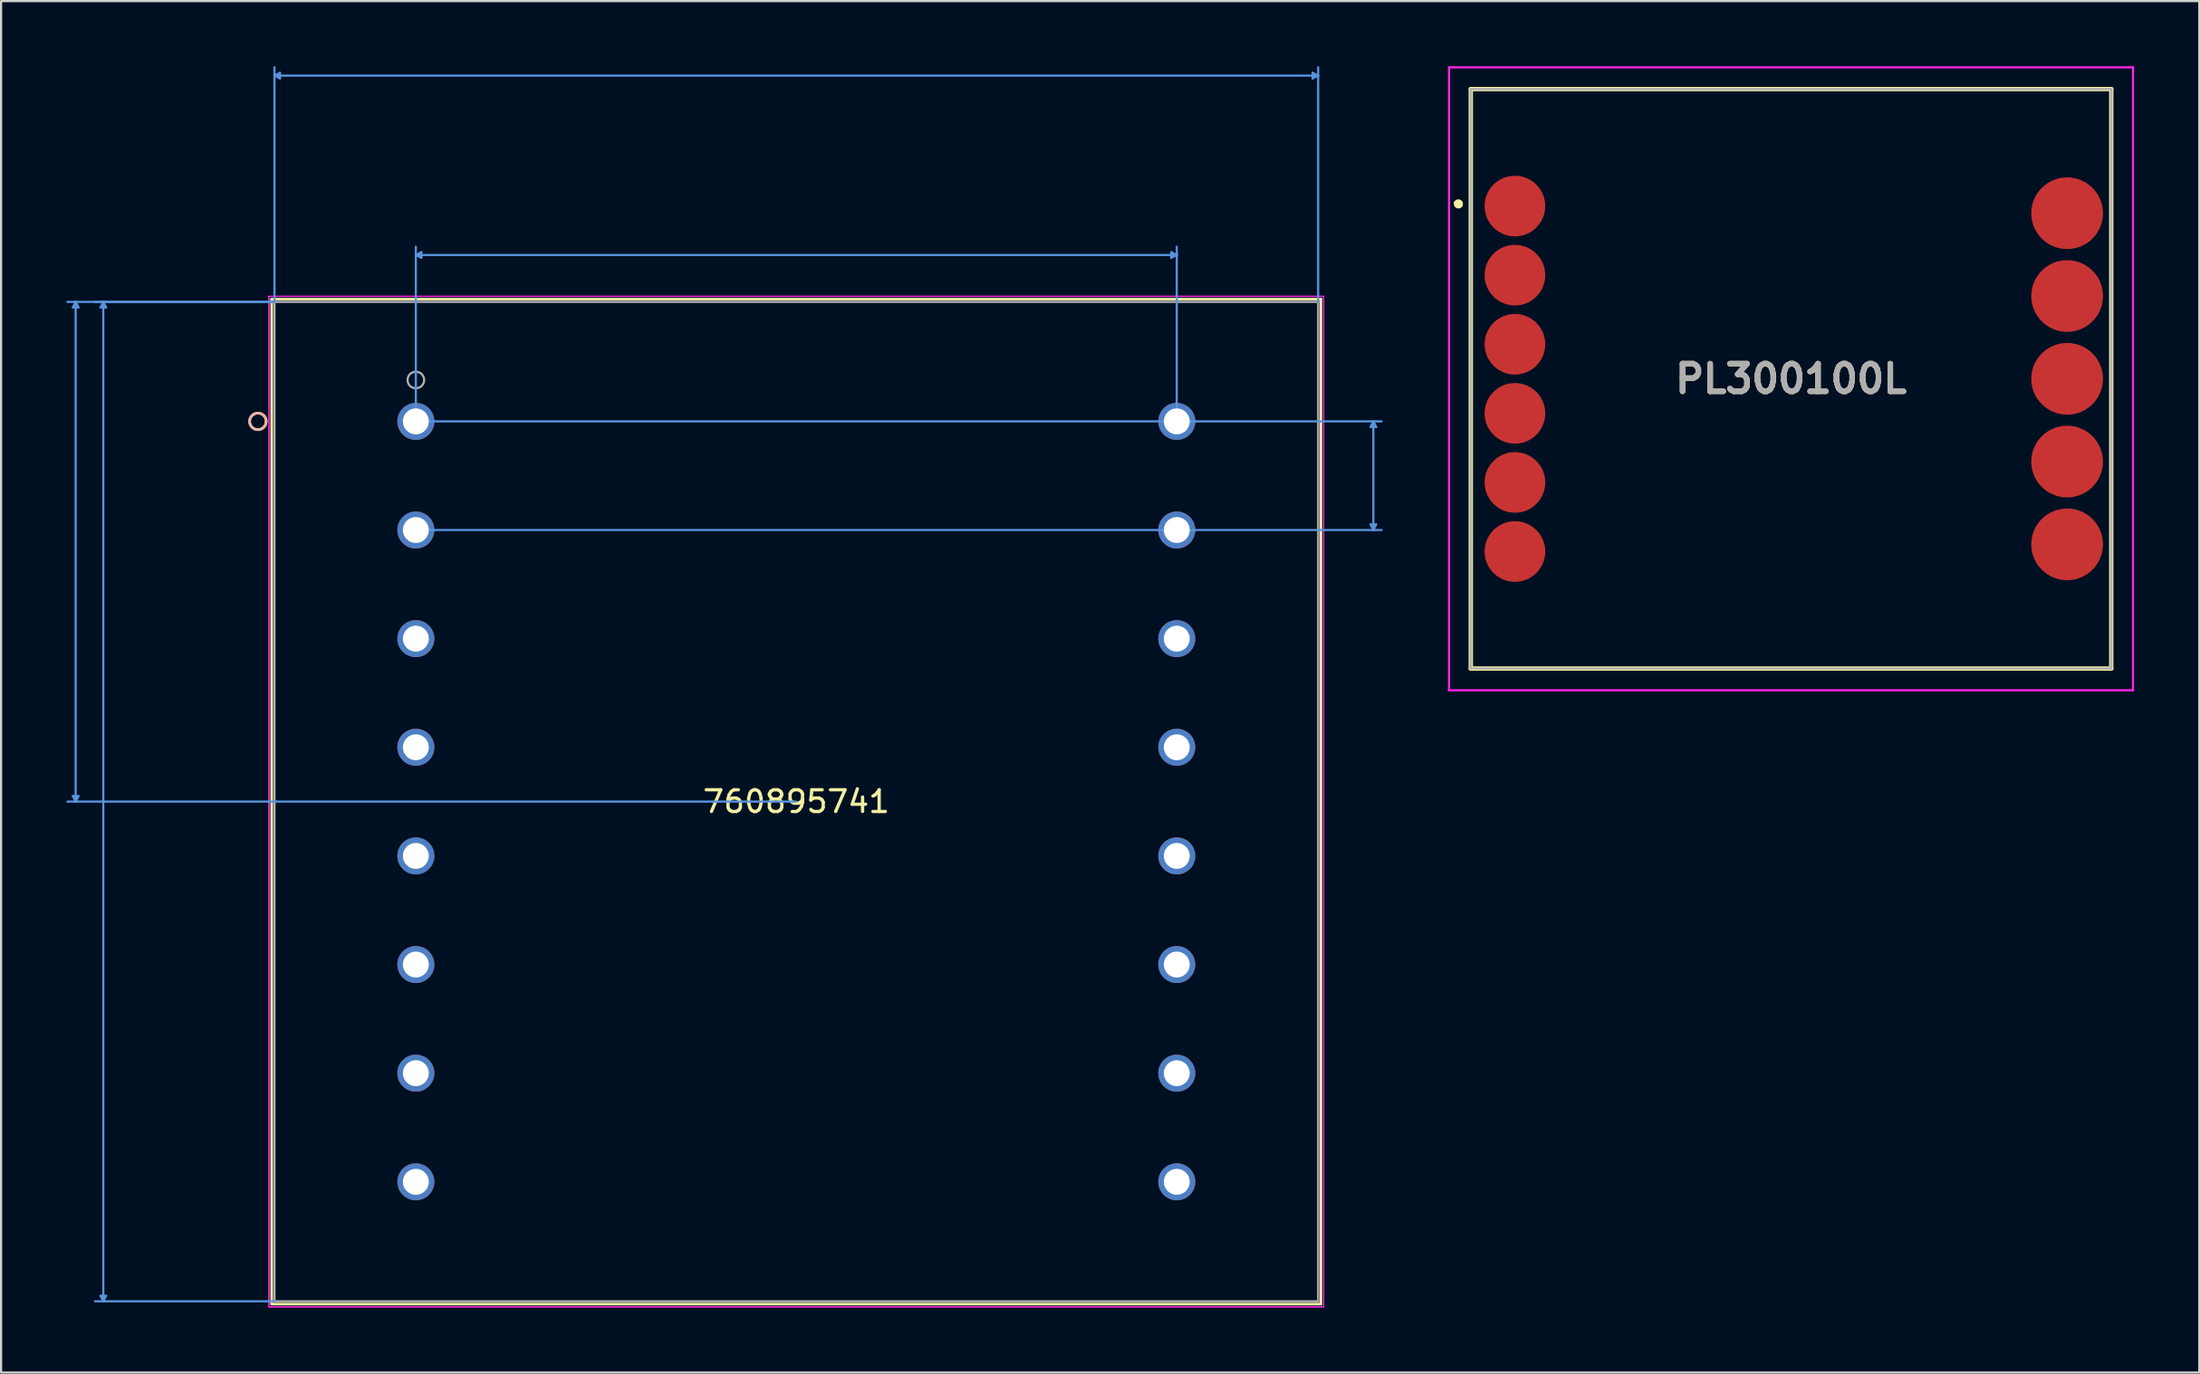
<source format=kicad_pcb>
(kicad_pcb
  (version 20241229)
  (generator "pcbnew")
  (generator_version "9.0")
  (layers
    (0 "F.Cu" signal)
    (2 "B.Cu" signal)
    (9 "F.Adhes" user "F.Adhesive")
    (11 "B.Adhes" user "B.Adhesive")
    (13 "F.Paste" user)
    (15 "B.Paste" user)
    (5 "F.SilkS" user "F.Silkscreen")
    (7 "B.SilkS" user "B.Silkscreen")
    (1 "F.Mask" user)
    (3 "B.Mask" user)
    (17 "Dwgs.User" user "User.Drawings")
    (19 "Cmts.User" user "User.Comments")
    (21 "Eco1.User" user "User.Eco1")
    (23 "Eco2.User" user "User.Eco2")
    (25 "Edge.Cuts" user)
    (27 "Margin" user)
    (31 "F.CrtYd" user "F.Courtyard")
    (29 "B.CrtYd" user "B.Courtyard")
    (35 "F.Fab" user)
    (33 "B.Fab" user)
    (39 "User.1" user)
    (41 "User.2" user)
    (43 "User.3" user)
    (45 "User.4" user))
  (footprint "760895741"
    (layer "F.Cu")
    (at 16.078 16.345)
    (property "Reference" "760895741" (at 17.5 17.5 0) (layer "F.SilkS") (effects (font (size 1 1) (thickness 0.15))))
    (attr through_hole)
    (fp_line (start -6.63 -5.627) (end -6.63 40.627) (stroke (width 0.12) (type solid)) (layer "F.SilkS"))
    (fp_line (start -6.63 40.627) (end 41.63 40.627) (stroke (width 0.12) (type solid)) (layer "F.SilkS"))
    (fp_line (start 41.63 -5.627) (end -6.63 -5.627) (stroke (width 0.12) (type solid)) (layer "F.SilkS"))
    (fp_line (start 41.63 40.627) (end 41.63 -5.627) (stroke (width 0.12) (type solid)) (layer "F.SilkS"))
    (fp_circle (center -7.265 0) (end -6.884 0) (stroke (width 0.12) (type solid)) (fill no) (layer "F.SilkS"))
    (fp_circle (center -7.265 0) (end -6.884 0) (stroke (width 0.12) (type solid)) (fill no) (layer "B.SilkS"))
    (fp_line (start -15.774 -5.246) (end -15.52 -5.246) (stroke (width 0.1) (type solid)) (layer "Cmts.User"))
    (fp_line (start -15.774 17.246) (end -15.52 17.246) (stroke (width 0.1) (type solid)) (layer "Cmts.User"))
    (fp_line (start -15.647 -5.5) (end -15.774 -5.246) (stroke (width 0.1) (type solid)) (layer "Cmts.User"))
    (fp_line (start -15.647 -5.5) (end -15.647 17.5) (stroke (width 0.1) (type solid)) (layer "Cmts.User"))
    (fp_line (start -15.647 -5.5) (end -15.52 -5.246) (stroke (width 0.1) (type solid)) (layer "Cmts.User"))
    (fp_line (start -15.647 17.5) (end -15.774 17.246) (stroke (width 0.1) (type solid)) (layer "Cmts.User"))
    (fp_line (start -15.647 17.5) (end -15.52 17.246) (stroke (width 0.1) (type solid)) (layer "Cmts.User"))
    (fp_line (start -14.504 -5.246) (end -14.25 -5.246) (stroke (width 0.1) (type solid)) (layer "Cmts.User"))
    (fp_line (start -14.504 40.246) (end -14.25 40.246) (stroke (width 0.1) (type solid)) (layer "Cmts.User"))
    (fp_line (start -14.377 -5.5) (end -14.504 -5.246) (stroke (width 0.1) (type solid)) (layer "Cmts.User"))
    (fp_line (start -14.377 -5.5) (end -14.377 40.5) (stroke (width 0.1) (type solid)) (layer "Cmts.User"))
    (fp_line (start -14.377 -5.5) (end -14.25 -5.246) (stroke (width 0.1) (type solid)) (layer "Cmts.User"))
    (fp_line (start -14.377 40.5) (end -14.504 40.246) (stroke (width 0.1) (type solid)) (layer "Cmts.User"))
    (fp_line (start -14.377 40.5) (end -14.25 40.246) (stroke (width 0.1) (type solid)) (layer "Cmts.User"))
    (fp_line (start -6.503 -15.914) (end -6.249 -16.041) (stroke (width 0.1) (type solid)) (layer "Cmts.User"))
    (fp_line (start -6.503 -15.914) (end -6.249 -15.787) (stroke (width 0.1) (type solid)) (layer "Cmts.User"))
    (fp_line (start -6.503 -15.914) (end 41.503 -15.914) (stroke (width 0.1) (type solid)) (layer "Cmts.User"))
    (fp_line (start -6.503 -5.5) (end -16.028 -5.5) (stroke (width 0.1) (type solid)) (layer "Cmts.User"))
    (fp_line (start -6.503 -5.5) (end -14.758 -5.5) (stroke (width 0.1) (type solid)) (layer "Cmts.User"))
    (fp_line (start -6.503 -5.5) (end -6.503 -16.295) (stroke (width 0.1) (type solid)) (layer "Cmts.User"))
    (fp_line (start -6.503 40.5) (end -14.758 40.5) (stroke (width 0.1) (type solid)) (layer "Cmts.User"))
    (fp_line (start -6.249 -16.041) (end -6.249 -15.787) (stroke (width 0.1) (type solid)) (layer "Cmts.User"))
    (fp_line (start 0 -7.659) (end 0.254 -7.786) (stroke (width 0.1) (type solid)) (layer "Cmts.User"))
    (fp_line (start 0 -7.659) (end 0.254 -7.532) (stroke (width 0.1) (type solid)) (layer "Cmts.User"))
    (fp_line (start 0 -7.659) (end 35 -7.659) (stroke (width 0.1) (type solid)) (layer "Cmts.User"))
    (fp_line (start 0 0) (end 0 -8.04) (stroke (width 0.1) (type solid)) (layer "Cmts.User"))
    (fp_line (start 0 0) (end 44.424 0) (stroke (width 0.1) (type solid)) (layer "Cmts.User"))
    (fp_line (start 0 5) (end 44.424 5) (stroke (width 0.1) (type solid)) (layer "Cmts.User"))
    (fp_line (start 0.254 -7.786) (end 0.254 -7.532) (stroke (width 0.1) (type solid)) (layer "Cmts.User"))
    (fp_line (start 17.5 17.5) (end -16.028 17.5) (stroke (width 0.1) (type solid)) (layer "Cmts.User"))
    (fp_line (start 34.746 -7.786) (end 34.746 -7.532) (stroke (width 0.1) (type solid)) (layer "Cmts.User"))
    (fp_line (start 35 -7.659) (end 34.746 -7.786) (stroke (width 0.1) (type solid)) (layer "Cmts.User"))
    (fp_line (start 35 -7.659) (end 34.746 -7.532) (stroke (width 0.1) (type solid)) (layer "Cmts.User"))
    (fp_line (start 35 0) (end 35 -8.04) (stroke (width 0.1) (type solid)) (layer "Cmts.User"))
    (fp_line (start 41.249 -16.041) (end 41.249 -15.787) (stroke (width 0.1) (type solid)) (layer "Cmts.User"))
    (fp_line (start 41.503 -15.914) (end 41.249 -16.041) (stroke (width 0.1) (type solid)) (layer "Cmts.User"))
    (fp_line (start 41.503 -15.914) (end 41.249 -15.787) (stroke (width 0.1) (type solid)) (layer "Cmts.User"))
    (fp_line (start 41.503 -5.5) (end 41.503 -16.295) (stroke (width 0.1) (type solid)) (layer "Cmts.User"))
    (fp_line (start 43.916 0.254) (end 44.17 0.254) (stroke (width 0.1) (type solid)) (layer "Cmts.User"))
    (fp_line (start 43.916 4.746) (end 44.17 4.746) (stroke (width 0.1) (type solid)) (layer "Cmts.User"))
    (fp_line (start 44.043 0) (end 43.916 0.254) (stroke (width 0.1) (type solid)) (layer "Cmts.User"))
    (fp_line (start 44.043 0) (end 44.043 5) (stroke (width 0.1) (type solid)) (layer "Cmts.User"))
    (fp_line (start 44.043 0) (end 44.17 0.254) (stroke (width 0.1) (type solid)) (layer "Cmts.User"))
    (fp_line (start 44.043 5) (end 43.916 4.746) (stroke (width 0.1) (type solid)) (layer "Cmts.User"))
    (fp_line (start 44.043 5) (end 44.17 4.746) (stroke (width 0.1) (type solid)) (layer "Cmts.User"))
    (fp_line (start -6.757 -5.754) (end -6.757 40.754) (stroke (width 0.05) (type solid)) (layer "F.CrtYd"))
    (fp_line (start -6.757 -5.754) (end -6.757 40.754) (stroke (width 0.05) (type solid)) (layer "F.CrtYd"))
    (fp_line (start -6.757 40.754) (end 41.757 40.754) (stroke (width 0.05) (type solid)) (layer "F.CrtYd"))
    (fp_line (start -6.757 40.754) (end 41.757 40.754) (stroke (width 0.05) (type solid)) (layer "F.CrtYd"))
    (fp_line (start 41.757 -5.754) (end -6.757 -5.754) (stroke (width 0.05) (type solid)) (layer "F.CrtYd"))
    (fp_line (start 41.757 -5.754) (end -6.757 -5.754) (stroke (width 0.05) (type solid)) (layer "F.CrtYd"))
    (fp_line (start 41.757 40.754) (end 41.757 -5.754) (stroke (width 0.05) (type solid)) (layer "F.CrtYd"))
    (fp_line (start 41.757 40.754) (end 41.757 -5.754) (stroke (width 0.05) (type solid)) (layer "F.CrtYd"))
    (fp_line (start -6.503 -5.5) (end -6.503 40.5) (stroke (width 0.1) (type solid)) (layer "F.Fab"))
    (fp_line (start -6.503 40.5) (end 41.503 40.5) (stroke (width 0.1) (type solid)) (layer "F.Fab"))
    (fp_line (start 41.503 -5.5) (end -6.503 -5.5) (stroke (width 0.1) (type solid)) (layer "F.Fab"))
    (fp_line (start 41.503 40.5) (end 41.503 -5.5) (stroke (width 0.1) (type solid)) (layer "F.Fab"))
    (fp_circle (center 0 -1.905) (end 0.381 -1.905) (stroke (width 0.1) (type solid)) (fill no) (layer "F.Fab"))
    (fp_text user "*" (at 0 0 0) (layer "F.SilkS") (effects (font (size 1 1) (thickness 0.15))))
    (fp_text user "Copyright 2021 Accelerated Designs. All rights reserved." (at 0 0 0) (layer "Cmts.User") (effects (font (size 0.127 0.127) (thickness 0.002))))
    (fp_text user "*" (at 0 0 0) (layer "F.Fab") (effects (font (size 1 1) (thickness 0.15))))
    (pad "1" thru_hole circle (at 0 -0.000001) (size 1.702 1.702) (drill 1.194) (layers "*.Cu" "*.Mask"))
    (pad "2" thru_hole circle (at 0 5) (size 1.702 1.702) (drill 1.194) (layers "*.Cu" "*.Mask"))
    (pad "3" thru_hole circle (at 0 10) (size 1.702 1.702) (drill 1.194) (layers "*.Cu" "*.Mask"))
    (pad "4" thru_hole circle (at 0 15) (size 1.702 1.702) (drill 1.194) (layers "*.Cu" "*.Mask"))
    (pad "5" thru_hole circle (at 0 20) (size 1.702 1.702) (drill 1.194) (layers "*.Cu" "*.Mask"))
    (pad "6" thru_hole circle (at 0 25) (size 1.702 1.702) (drill 1.194) (layers "*.Cu" "*.Mask"))
    (pad "7" thru_hole circle (at 0 30) (size 1.702 1.702) (drill 1.194) (layers "*.Cu" "*.Mask"))
    (pad "8" thru_hole circle (at 0 35) (size 1.702 1.702) (drill 1.194) (layers "*.Cu" "*.Mask"))
    (pad "9" thru_hole circle (at 35 -0.000001) (size 1.702 1.702) (drill 1.194) (layers "*.Cu" "*.Mask"))
    (pad "10" thru_hole circle (at 35 5) (size 1.702 1.702) (drill 1.194) (layers "*.Cu" "*.Mask"))
    (pad "11" thru_hole circle (at 35 10) (size 1.702 1.702) (drill 1.194) (layers "*.Cu" "*.Mask"))
    (pad "12" thru_hole circle (at 35 15) (size 1.702 1.702) (drill 1.194) (layers "*.Cu" "*.Mask"))
    (pad "13" thru_hole circle (at 35 20) (size 1.702 1.702) (drill 1.194) (layers "*.Cu" "*.Mask"))
    (pad "14" thru_hole circle (at 35 25) (size 1.702 1.702) (drill 1.194) (layers "*.Cu" "*.Mask"))
    (pad "15" thru_hole circle (at 35 30) (size 1.702 1.702) (drill 1.194) (layers "*.Cu" "*.Mask"))
    (pad "16" thru_hole circle (at 35 35) (size 1.702 1.702) (drill 1.194) (layers "*.Cu" "*.Mask")))
  (footprint "PL300100L"
    (layer "F.Cu")
    (at 79.332 14.385)
    (property "Reference" "PL300100L" (at 0 0 0) (layer "F.SilkS") (effects (font (size 1.27 1.27) (thickness 0.254))))
    (attr through_hole)
    (fp_line (start -15.4 -8.1) (end -15.4 -8.1) (stroke (width 0.2) (type solid)) (layer "F.SilkS"))
    (fp_line (start -15.2 -8) (end -15.2 -8) (stroke (width 0.2) (type solid)) (layer "F.SilkS"))
    (fp_line (start -14.73 -13.335) (end 14.73 -13.335) (stroke (width 0.2) (type solid)) (layer "F.SilkS"))
    (fp_line (start -14.73 13.335) (end -14.73 -13.335) (stroke (width 0.2) (type solid)) (layer "F.SilkS"))
    (fp_line (start 14.73 -13.335) (end 14.73 13.335) (stroke (width 0.2) (type solid)) (layer "F.SilkS"))
    (fp_line (start 14.73 13.335) (end -14.73 13.335) (stroke (width 0.2) (type solid)) (layer "F.SilkS"))
    (fp_arc (start -15.4 -8.1) (mid -15.25 -8.15) (end -15.2 -8) (stroke (width 0.2) (type solid)) (layer "F.SilkS"))
    (fp_arc (start -15.2 -8) (mid -15.35 -7.95) (end -15.4 -8.1) (stroke (width 0.2) (type solid)) (layer "F.SilkS"))
    (fp_line (start -15.73 -14.335) (end 15.73 -14.335) (stroke (width 0.1) (type solid)) (layer "F.CrtYd"))
    (fp_line (start -15.73 14.335) (end -15.73 -14.335) (stroke (width 0.1) (type solid)) (layer "F.CrtYd"))
    (fp_line (start 15.73 -14.335) (end 15.73 14.335) (stroke (width 0.1) (type solid)) (layer "F.CrtYd"))
    (fp_line (start 15.73 14.335) (end -15.73 14.335) (stroke (width 0.1) (type solid)) (layer "F.CrtYd"))
    (fp_line (start -14.73 -13.335) (end 14.73 -13.335) (stroke (width 0.1) (type solid)) (layer "F.Fab"))
    (fp_line (start -14.73 13.335) (end -14.73 -13.335) (stroke (width 0.1) (type solid)) (layer "F.Fab"))
    (fp_line (start 14.73 -13.335) (end 14.73 13.335) (stroke (width 0.1) (type solid)) (layer "F.Fab"))
    (fp_line (start 14.73 13.335) (end -14.73 13.335) (stroke (width 0.1) (type solid)) (layer "F.Fab"))
    (fp_text user "${REFERENCE}" (at 0 0 0) (layer "F.Fab") (effects (font (size 1.27 1.27) (thickness 0.254))))
    (pad "1" smd circle (at -12.7 -7.95 90) (size 2.79 2.79) (layers "F.Cu" "F.Mask" "F.Paste"))
    (pad "2" smd circle (at -12.7 -4.77 90) (size 2.79 2.79) (layers "F.Cu" "F.Mask" "F.Paste"))
    (pad "3" smd circle (at -12.7 -1.59 90) (size 2.79 2.79) (layers "F.Cu" "F.Mask" "F.Paste"))
    (pad "4" smd circle (at -12.7 1.59 90) (size 2.79 2.79) (layers "F.Cu" "F.Mask" "F.Paste"))
    (pad "5" smd circle (at -12.7 4.77 90) (size 2.79 2.79) (layers "F.Cu" "F.Mask" "F.Paste"))
    (pad "6" smd circle (at -12.7 7.95 90) (size 2.79 2.79) (layers "F.Cu" "F.Mask" "F.Paste"))
    (pad "7" smd circle (at 12.7 7.62 90) (size 3.3 3.3) (layers "F.Cu" "F.Mask" "F.Paste"))
    (pad "8" smd circle (at 12.7 3.81 90) (size 3.3 3.3) (layers "F.Cu" "F.Mask" "F.Paste"))
    (pad "9" smd circle (at 12.7 0 90) (size 3.3 3.3) (layers "F.Cu" "F.Mask" "F.Paste"))
    (pad "10" smd circle (at 12.7 -3.81 90) (size 3.3 3.3) (layers "F.Cu" "F.Mask" "F.Paste"))
    (pad "11" smd circle (at 12.7 -7.62 90) (size 3.3 3.3) (layers "F.Cu" "F.Mask" "F.Paste")))
  (gr_rect
    (start -3 -3)
    (end 98.112 60.123)
    (stroke (width 0.1) (type default))
    (fill no)
    (layer "Edge.Cuts")))
</source>
